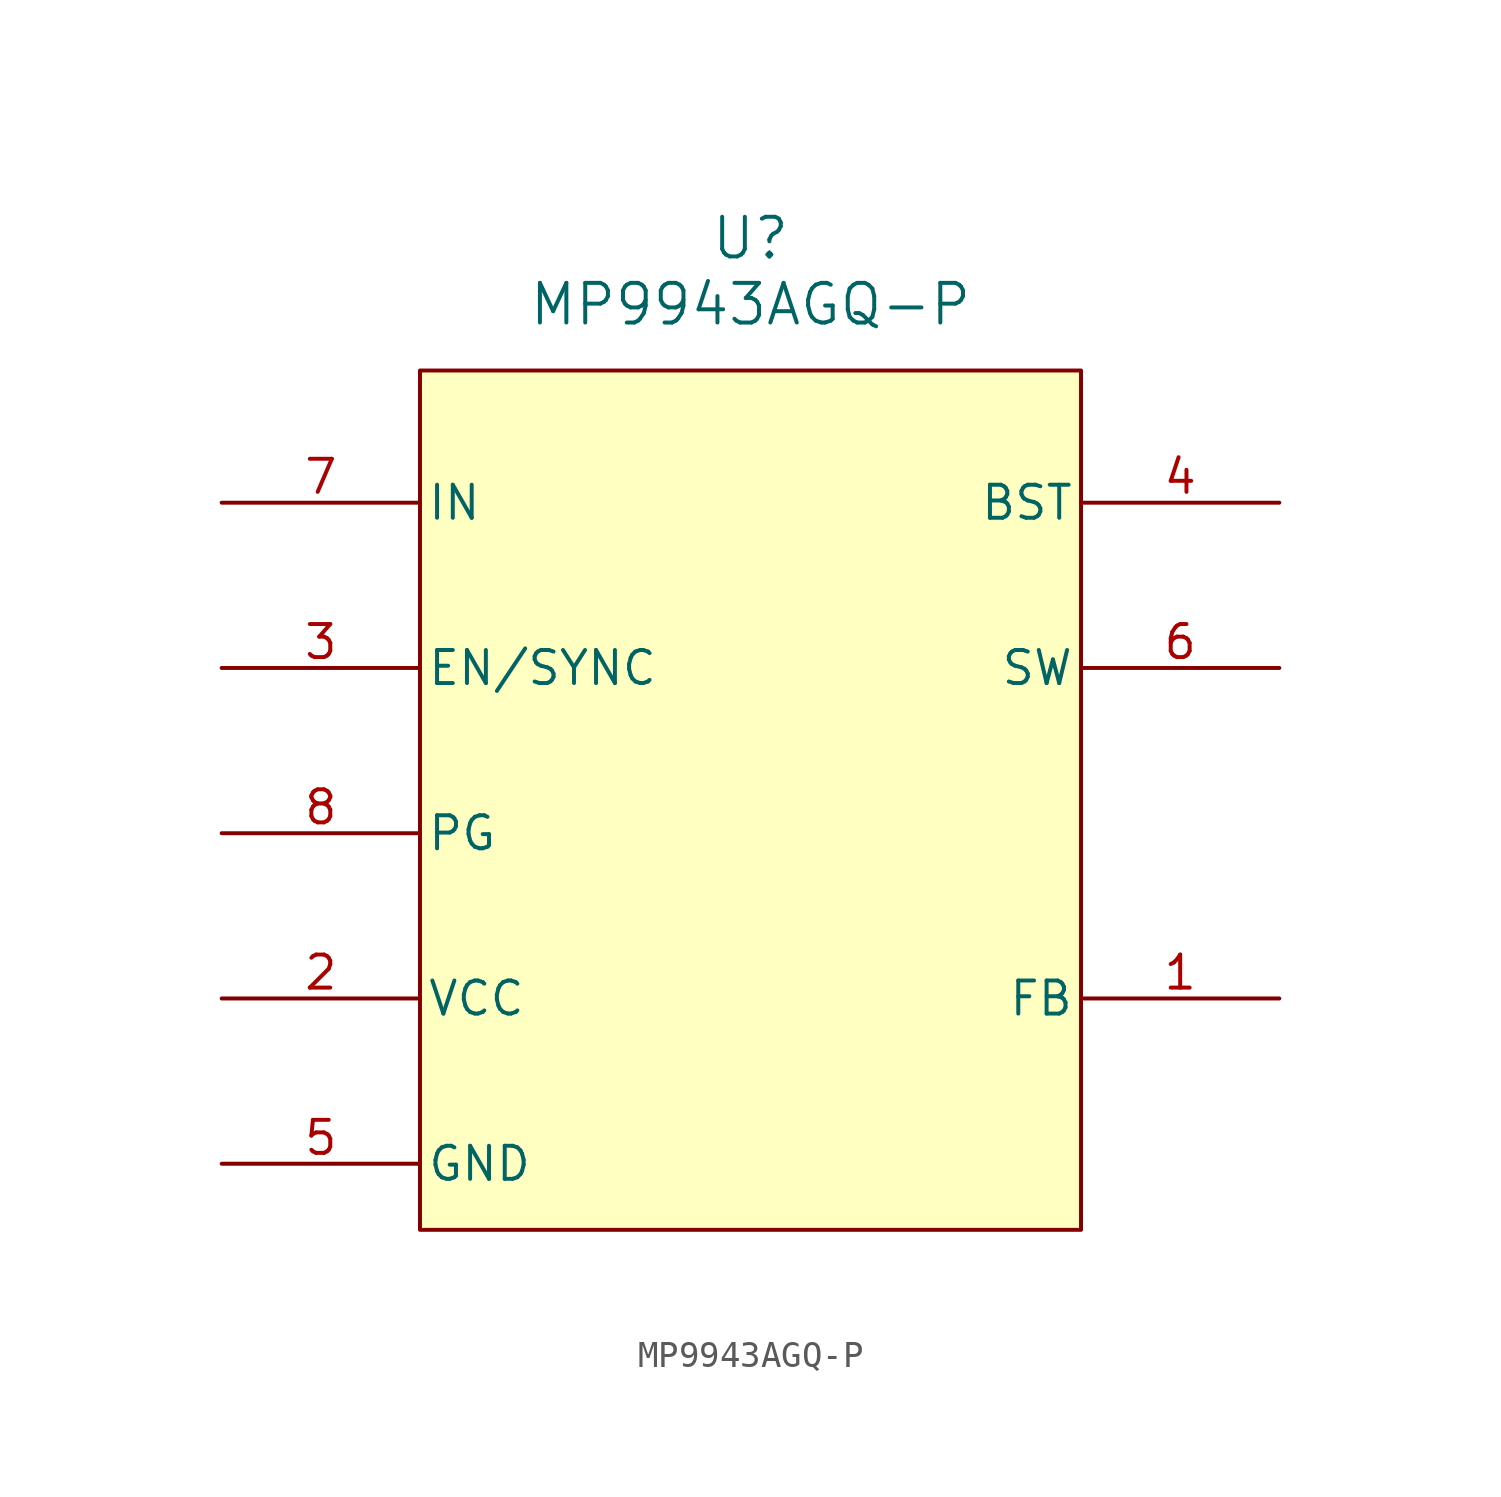
<source format=kicad_sym>
(kicad_symbol_lib
  (version 20241209)
  (generator "kicad_symbol_editor")
  (generator_version "9.0")
  (symbol "MP9943AGQ-P"
    (pin_names
      (offset 0.254))
    (property "Reference" "U"
      (at 20.32 10.16 0)
      (effects (font (size 1.524 1.524))))
    (property "Value" "MP9943AGQ-P"
      (at 20.32 7.62 0)
      (effects (font (size 1.524 1.524))))
    (property "ki_locked" ""
      (at 0 0 0)
      (effects (font (size 1.27 1.27))))
    (symbol "MP9943AGQ-P_0_1"
      (pin power_in line (at 0 0 0) (length 7.62) (name "IN" (effects (font (size 1.27 1.27)))) (number "7" (effects (font (size 1.27 1.27)))))
      (pin unspecified line (at 0 -6.35 0) (length 7.62) (name "EN/SYNC" (effects (font (size 1.27 1.27)))) (number "3" (effects (font (size 1.27 1.27)))))
      (pin output line (at 0 -12.7 0) (length 7.62) (name "PG" (effects (font (size 1.27 1.27)))) (number "8" (effects (font (size 1.27 1.27)))))
      (pin power_in line (at 0 -19.05 0) (length 7.62) (name "VCC" (effects (font (size 1.27 1.27)))) (number "2" (effects (font (size 1.27 1.27)))))
      (pin power_in line (at 0 -25.4 0) (length 7.62) (name "GND" (effects (font (size 1.27 1.27)))) (number "5" (effects (font (size 1.27 1.27)))))
      (pin power_in line (at 40.64 0 180) (length 7.62) (name "BST" (effects (font (size 1.27 1.27)))) (number "4" (effects (font (size 1.27 1.27)))))
      (pin output line (at 40.64 -6.35 180) (length 7.62) (name "SW" (effects (font (size 1.27 1.27)))) (number "6" (effects (font (size 1.27 1.27)))))
      (pin unspecified line (at 40.64 -19.05 180) (length 7.62) (name "FB" (effects (font (size 1.27 1.27)))) (number "1" (effects (font (size 1.27 1.27))))))
    (symbol "MP9943AGQ-P_1_1"
      (rectangle (start 7.62 5.08) (end 33.02 -27.94) (stroke (width 0) (type solid)) (fill (type background))))))
</source>
